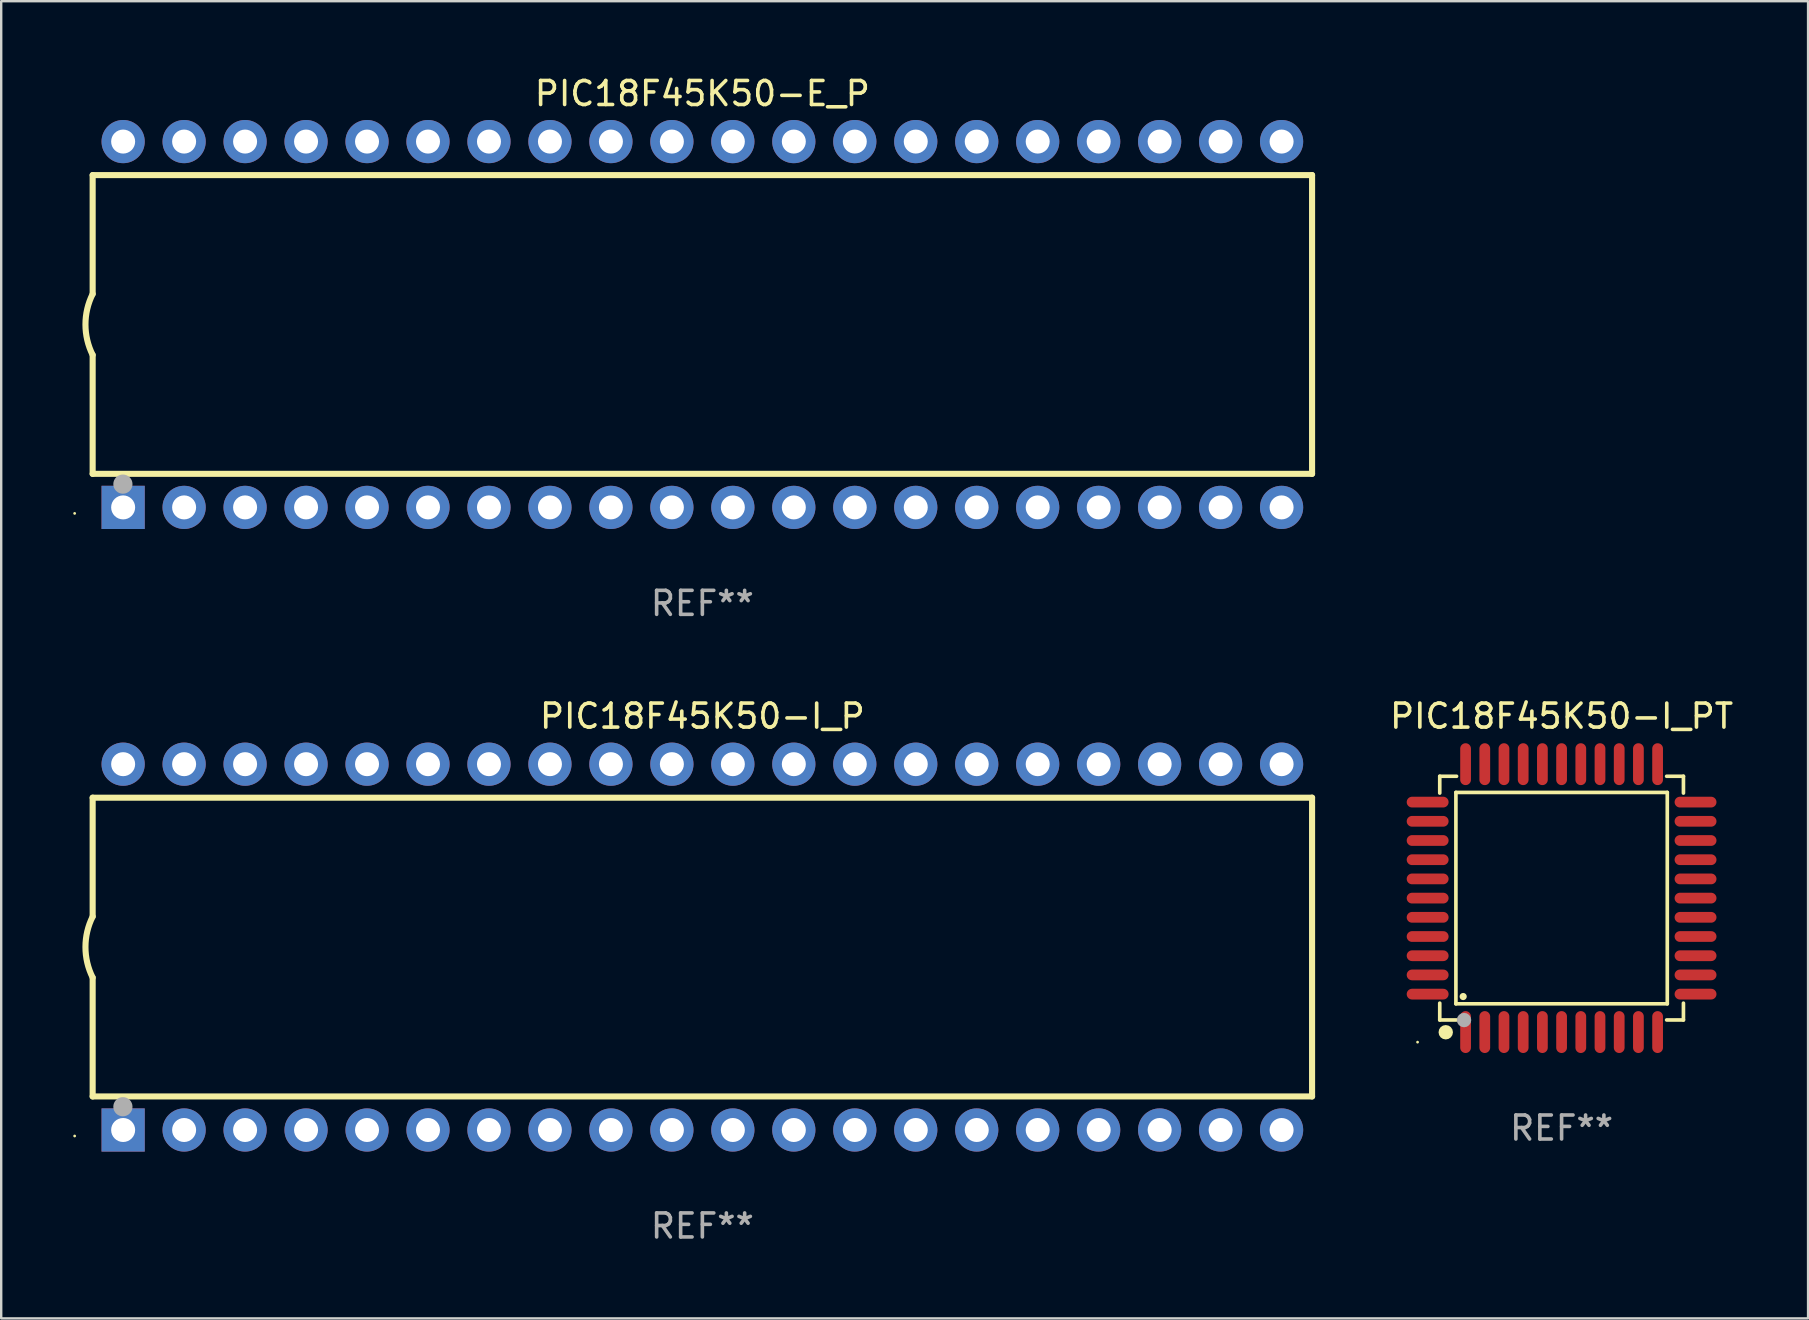
<source format=kicad_pcb>
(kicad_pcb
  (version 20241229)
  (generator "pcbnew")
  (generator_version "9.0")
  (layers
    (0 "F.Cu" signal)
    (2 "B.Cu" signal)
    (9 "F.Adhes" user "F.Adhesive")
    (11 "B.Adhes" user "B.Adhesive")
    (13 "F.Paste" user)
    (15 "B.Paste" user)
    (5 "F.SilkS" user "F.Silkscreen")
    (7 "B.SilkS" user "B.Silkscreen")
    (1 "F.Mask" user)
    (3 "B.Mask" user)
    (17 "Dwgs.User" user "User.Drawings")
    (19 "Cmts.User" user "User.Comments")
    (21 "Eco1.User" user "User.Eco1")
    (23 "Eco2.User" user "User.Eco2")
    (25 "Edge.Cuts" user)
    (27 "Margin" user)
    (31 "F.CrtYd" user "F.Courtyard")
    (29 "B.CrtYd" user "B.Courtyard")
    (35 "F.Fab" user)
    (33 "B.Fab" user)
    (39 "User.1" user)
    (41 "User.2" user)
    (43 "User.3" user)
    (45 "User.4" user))
  (footprint "PIC18F45K50-I_P"
    (layer "F.Cu")
    (at 26.21 36.405)
    (property "Reference" "PIC18F45K50-I_P" (at 0 -9.62 0) (layer "F.SilkS") (effects (font (size 1 1) (thickness 0.15))))
    (attr through_hole)
    (fp_line (start -25.4 -6.224) (end -25.4 -1.271) (stroke (width 0.254) (type solid)) (layer "F.SilkS"))
    (fp_line (start -25.4 -6.224) (end 25.4 -6.224) (stroke (width 0.254) (type solid)) (layer "F.SilkS"))
    (fp_line (start -25.4 1.269) (end -25.4 6.222) (stroke (width 0.254) (type solid)) (layer "F.SilkS"))
    (fp_line (start -25.4 6.222) (end 25.4 6.222) (stroke (width 0.254) (type solid)) (layer "F.SilkS"))
    (fp_line (start 25.4 6.222) (end 25.4 -6.224) (stroke (width 0.254) (type solid)) (layer "F.SilkS"))
    (fp_arc (start -25.4 1.269241) (mid -25.699807 -0.000762) (end -25.4 -1.270765) (stroke (width 0.254001) (type solid)) (layer "F.SilkS"))
    (fp_circle (center -26.15 7.87) (end -26.12 7.87) (stroke (width 0.06) (type solid)) (fill no) (layer "F.SilkS"))
    (fp_circle (center -24.14 6.65) (end -23.94 6.65) (stroke (width 0.4) (type solid)) (fill no) (layer "F.Fab"))
    (fp_text user "REF**" (at 0 11.62 0) (layer "F.Fab") (effects (font (size 1 1) (thickness 0.15))))
    (pad "1" thru_hole rect (at -24.13 7.62 90) (size 1.8 1.8) (drill 1) (layers "*.Cu" "*.Mask"))
    (pad "2" thru_hole circle (at -21.59 7.62) (size 1.8 1.8) (drill 1) (layers "*.Cu" "*.Mask"))
    (pad "3" thru_hole circle (at -19.05 7.62) (size 1.8 1.8) (drill 1) (layers "*.Cu" "*.Mask"))
    (pad "4" thru_hole circle (at -16.51 7.62) (size 1.8 1.8) (drill 1) (layers "*.Cu" "*.Mask"))
    (pad "5" thru_hole circle (at -13.97 7.62) (size 1.8 1.8) (drill 1) (layers "*.Cu" "*.Mask"))
    (pad "6" thru_hole circle (at -11.43 7.62) (size 1.8 1.8) (drill 1) (layers "*.Cu" "*.Mask"))
    (pad "7" thru_hole circle (at -8.89 7.62) (size 1.8 1.8) (drill 1) (layers "*.Cu" "*.Mask"))
    (pad "8" thru_hole circle (at -6.35 7.62) (size 1.8 1.8) (drill 1) (layers "*.Cu" "*.Mask"))
    (pad "9" thru_hole circle (at -3.81 7.62) (size 1.8 1.8) (drill 1) (layers "*.Cu" "*.Mask"))
    (pad "10" thru_hole circle (at -1.27 7.62) (size 1.8 1.8) (drill 1) (layers "*.Cu" "*.Mask"))
    (pad "11" thru_hole circle (at 1.27 7.62) (size 1.8 1.8) (drill 1) (layers "*.Cu" "*.Mask"))
    (pad "12" thru_hole circle (at 3.81 7.62) (size 1.8 1.8) (drill 1) (layers "*.Cu" "*.Mask"))
    (pad "13" thru_hole circle (at 6.35 7.62) (size 1.8 1.8) (drill 1) (layers "*.Cu" "*.Mask"))
    (pad "14" thru_hole circle (at 8.89 7.62) (size 1.8 1.8) (drill 1) (layers "*.Cu" "*.Mask"))
    (pad "15" thru_hole circle (at 11.43 7.62) (size 1.8 1.8) (drill 1) (layers "*.Cu" "*.Mask"))
    (pad "16" thru_hole circle (at 13.97 7.62) (size 1.8 1.8) (drill 1) (layers "*.Cu" "*.Mask"))
    (pad "17" thru_hole circle (at 16.51 7.62) (size 1.8 1.8) (drill 1) (layers "*.Cu" "*.Mask"))
    (pad "18" thru_hole circle (at 19.05 7.62) (size 1.8 1.8) (drill 1) (layers "*.Cu" "*.Mask"))
    (pad "19" thru_hole circle (at 21.59 7.62) (size 1.8 1.8) (drill 1) (layers "*.Cu" "*.Mask"))
    (pad "20" thru_hole circle (at 24.13 7.62) (size 1.8 1.8) (drill 1) (layers "*.Cu" "*.Mask"))
    (pad "21" thru_hole circle (at 24.13 -7.62) (size 1.8 1.8) (drill 1) (layers "*.Cu" "*.Mask"))
    (pad "22" thru_hole circle (at 21.59 -7.62) (size 1.8 1.8) (drill 1) (layers "*.Cu" "*.Mask"))
    (pad "23" thru_hole circle (at 19.05 -7.62) (size 1.8 1.8) (drill 1) (layers "*.Cu" "*.Mask"))
    (pad "24" thru_hole circle (at 16.51 -7.62) (size 1.8 1.8) (drill 1) (layers "*.Cu" "*.Mask"))
    (pad "25" thru_hole circle (at 13.97 -7.62) (size 1.8 1.8) (drill 1) (layers "*.Cu" "*.Mask"))
    (pad "26" thru_hole circle (at 11.43 -7.62) (size 1.8 1.8) (drill 1) (layers "*.Cu" "*.Mask"))
    (pad "27" thru_hole circle (at 8.89 -7.62) (size 1.8 1.8) (drill 1) (layers "*.Cu" "*.Mask"))
    (pad "28" thru_hole circle (at 6.35 -7.62) (size 1.8 1.8) (drill 1) (layers "*.Cu" "*.Mask"))
    (pad "29" thru_hole circle (at 3.81 -7.62) (size 1.8 1.8) (drill 1) (layers "*.Cu" "*.Mask"))
    (pad "30" thru_hole circle (at 1.27 -7.62) (size 1.8 1.8) (drill 1) (layers "*.Cu" "*.Mask"))
    (pad "31" thru_hole circle (at -1.27 -7.62) (size 1.8 1.8) (drill 1) (layers "*.Cu" "*.Mask"))
    (pad "32" thru_hole circle (at -3.81 -7.62) (size 1.8 1.8) (drill 1) (layers "*.Cu" "*.Mask"))
    (pad "33" thru_hole circle (at -6.35 -7.62) (size 1.8 1.8) (drill 1) (layers "*.Cu" "*.Mask"))
    (pad "34" thru_hole circle (at -8.89 -7.62) (size 1.8 1.8) (drill 1) (layers "*.Cu" "*.Mask"))
    (pad "35" thru_hole circle (at -11.43 -7.62) (size 1.8 1.8) (drill 1) (layers "*.Cu" "*.Mask"))
    (pad "36" thru_hole circle (at -13.97 -7.62) (size 1.8 1.8) (drill 1) (layers "*.Cu" "*.Mask"))
    (pad "37" thru_hole circle (at -16.51 -7.62) (size 1.8 1.8) (drill 1) (layers "*.Cu" "*.Mask"))
    (pad "38" thru_hole circle (at -19.05 -7.62) (size 1.8 1.8) (drill 1) (layers "*.Cu" "*.Mask"))
    (pad "39" thru_hole circle (at -21.59 -7.62) (size 1.8 1.8) (drill 1) (layers "*.Cu" "*.Mask"))
    (pad "40" thru_hole circle (at -24.13 -7.62) (size 1.8 1.8) (drill 1) (layers "*.Cu" "*.Mask")))
  (footprint "PIC18F45K50-I_PT"
    (layer "F.Cu")
    (at 62.005 34.365)
    (property "Reference" "PIC18F45K50-I_PT" (at 0 -7.58 0) (layer "F.SilkS") (effects (font (size 1 1) (thickness 0.15))))
    (attr through_hole)
    (fp_line (start -5.076 -5.076) (end -5.076 -4.376) (stroke (width 0.152) (type solid)) (layer "F.SilkS"))
    (fp_line (start -5.076 5.076) (end -5.076 4.376) (stroke (width 0.152) (type solid)) (layer "F.SilkS"))
    (fp_line (start -4.403 -4.403) (end 4.403 -4.403) (stroke (width 0.152) (type solid)) (layer "F.SilkS"))
    (fp_line (start -4.403 4.403) (end -4.403 -4.403) (stroke (width 0.152) (type solid)) (layer "F.SilkS"))
    (fp_line (start -4.376 -5.076) (end -5.076 -5.076) (stroke (width 0.152) (type solid)) (layer "F.SilkS"))
    (fp_line (start -4.376 5.076) (end -5.076 5.076) (stroke (width 0.152) (type solid)) (layer "F.SilkS"))
    (fp_line (start 4.376 -5.076) (end 5.076 -5.076) (stroke (width 0.152) (type solid)) (layer "F.SilkS"))
    (fp_line (start 4.376 5.076) (end 5.076 5.076) (stroke (width 0.152) (type solid)) (layer "F.SilkS"))
    (fp_line (start 4.403 -4.403) (end 4.403 4.403) (stroke (width 0.152) (type solid)) (layer "F.SilkS"))
    (fp_line (start 4.403 4.403) (end -4.403 4.403) (stroke (width 0.152) (type solid)) (layer "F.SilkS"))
    (fp_line (start 5.076 -5.076) (end 5.076 -4.376) (stroke (width 0.152) (type solid)) (layer "F.SilkS"))
    (fp_line (start 5.076 5.076) (end 5.076 4.376) (stroke (width 0.152) (type solid)) (layer "F.SilkS"))
    (fp_circle (center -6 6) (end -5.97 6) (stroke (width 0.06) (type solid)) (fill no) (layer "F.SilkS"))
    (fp_circle (center -4.826 5.588) (end -4.676 5.588) (stroke (width 0.3) (type solid)) (fill no) (layer "F.SilkS"))
    (fp_circle (center -4.1 4.1) (end -4.025 4.1) (stroke (width 0.15) (type solid)) (fill no) (layer "F.SilkS"))
    (fp_circle (center -4.064 5.08) (end -3.914 5.08) (stroke (width 0.3) (type solid)) (fill no) (layer "F.Fab"))
    (fp_text user "REF**" (at 0 9.58 0) (layer "F.Fab") (effects (font (size 1 1) (thickness 0.15))))
    (pad "1" smd oval (at -4 5.58) (size 0.448 1.745) (layers "F.Cu" "F.Mask" "F.Paste"))
    (pad "2" smd oval (at -3.2 5.58) (size 0.448 1.745) (layers "F.Cu" "F.Mask" "F.Paste"))
    (pad "3" smd oval (at -2.4 5.58) (size 0.448 1.745) (layers "F.Cu" "F.Mask" "F.Paste"))
    (pad "4" smd oval (at -1.6 5.58) (size 0.448 1.745) (layers "F.Cu" "F.Mask" "F.Paste"))
    (pad "5" smd oval (at -0.8 5.58) (size 0.448 1.745) (layers "F.Cu" "F.Mask" "F.Paste"))
    (pad "6" smd oval (at 0 5.58) (size 0.448 1.745) (layers "F.Cu" "F.Mask" "F.Paste"))
    (pad "7" smd oval (at 0.8 5.58) (size 0.448 1.745) (layers "F.Cu" "F.Mask" "F.Paste"))
    (pad "8" smd oval (at 1.6 5.58) (size 0.448 1.745) (layers "F.Cu" "F.Mask" "F.Paste"))
    (pad "9" smd oval (at 2.4 5.58) (size 0.448 1.745) (layers "F.Cu" "F.Mask" "F.Paste"))
    (pad "10" smd oval (at 3.2 5.58) (size 0.448 1.745) (layers "F.Cu" "F.Mask" "F.Paste"))
    (pad "11" smd oval (at 4 5.58) (size 0.448 1.745) (layers "F.Cu" "F.Mask" "F.Paste"))
    (pad "12" smd oval (at 5.58 4) (size 1.745 0.448) (layers "F.Cu" "F.Mask" "F.Paste"))
    (pad "13" smd oval (at 5.58 3.2) (size 1.745 0.448) (layers "F.Cu" "F.Mask" "F.Paste"))
    (pad "14" smd oval (at 5.58 2.4) (size 1.745 0.448) (layers "F.Cu" "F.Mask" "F.Paste"))
    (pad "15" smd oval (at 5.58 1.6) (size 1.745 0.448) (layers "F.Cu" "F.Mask" "F.Paste"))
    (pad "16" smd oval (at 5.58 0.8) (size 1.745 0.448) (layers "F.Cu" "F.Mask" "F.Paste"))
    (pad "17" smd oval (at 5.58 0) (size 1.745 0.448) (layers "F.Cu" "F.Mask" "F.Paste"))
    (pad "18" smd oval (at 5.58 -0.8) (size 1.745 0.448) (layers "F.Cu" "F.Mask" "F.Paste"))
    (pad "19" smd oval (at 5.58 -1.6) (size 1.745 0.448) (layers "F.Cu" "F.Mask" "F.Paste"))
    (pad "20" smd oval (at 5.58 -2.4) (size 1.745 0.448) (layers "F.Cu" "F.Mask" "F.Paste"))
    (pad "21" smd oval (at 5.58 -3.2) (size 1.745 0.448) (layers "F.Cu" "F.Mask" "F.Paste"))
    (pad "22" smd oval (at 5.58 -4) (size 1.745 0.448) (layers "F.Cu" "F.Mask" "F.Paste"))
    (pad "23" smd oval (at 4 -5.58) (size 0.448 1.745) (layers "F.Cu" "F.Mask" "F.Paste"))
    (pad "24" smd oval (at 3.2 -5.58) (size 0.448 1.745) (layers "F.Cu" "F.Mask" "F.Paste"))
    (pad "25" smd oval (at 2.4 -5.58) (size 0.448 1.745) (layers "F.Cu" "F.Mask" "F.Paste"))
    (pad "26" smd oval (at 1.6 -5.58) (size 0.448 1.745) (layers "F.Cu" "F.Mask" "F.Paste"))
    (pad "27" smd oval (at 0.8 -5.58) (size 0.448 1.745) (layers "F.Cu" "F.Mask" "F.Paste"))
    (pad "28" smd oval (at 0 -5.58) (size 0.448 1.745) (layers "F.Cu" "F.Mask" "F.Paste"))
    (pad "29" smd oval (at -0.8 -5.58) (size 0.448 1.745) (layers "F.Cu" "F.Mask" "F.Paste"))
    (pad "30" smd oval (at -1.6 -5.58) (size 0.448 1.745) (layers "F.Cu" "F.Mask" "F.Paste"))
    (pad "31" smd oval (at -2.4 -5.58) (size 0.448 1.745) (layers "F.Cu" "F.Mask" "F.Paste"))
    (pad "32" smd oval (at -3.2 -5.58) (size 0.448 1.745) (layers "F.Cu" "F.Mask" "F.Paste"))
    (pad "33" smd oval (at -4 -5.58) (size 0.448 1.745) (layers "F.Cu" "F.Mask" "F.Paste"))
    (pad "34" smd oval (at -5.58 -4) (size 1.745 0.448) (layers "F.Cu" "F.Mask" "F.Paste"))
    (pad "35" smd oval (at -5.58 -3.2) (size 1.745 0.448) (layers "F.Cu" "F.Mask" "F.Paste"))
    (pad "36" smd oval (at -5.58 -2.4) (size 1.745 0.448) (layers "F.Cu" "F.Mask" "F.Paste"))
    (pad "37" smd oval (at -5.58 -1.6) (size 1.745 0.448) (layers "F.Cu" "F.Mask" "F.Paste"))
    (pad "38" smd oval (at -5.58 -0.8) (size 1.745 0.448) (layers "F.Cu" "F.Mask" "F.Paste"))
    (pad "39" smd oval (at -5.58 0) (size 1.745 0.448) (layers "F.Cu" "F.Mask" "F.Paste"))
    (pad "40" smd oval (at -5.58 0.8) (size 1.745 0.448) (layers "F.Cu" "F.Mask" "F.Paste"))
    (pad "41" smd oval (at -5.58 1.6) (size 1.745 0.448) (layers "F.Cu" "F.Mask" "F.Paste"))
    (pad "42" smd oval (at -5.58 2.4) (size 1.745 0.448) (layers "F.Cu" "F.Mask" "F.Paste"))
    (pad "43" smd oval (at -5.58 3.2) (size 1.745 0.448) (layers "F.Cu" "F.Mask" "F.Paste"))
    (pad "44" smd oval (at -5.58 4) (size 1.745 0.448) (layers "F.Cu" "F.Mask" "F.Paste")))
  (footprint "PIC18F45K50-E_P"
    (layer "F.Cu")
    (at 26.21 10.468)
    (property "Reference" "PIC18F45K50-E_P" (at 0 -9.62 0) (layer "F.SilkS") (effects (font (size 1 1) (thickness 0.15))))
    (attr through_hole)
    (fp_line (start -25.4 -6.224) (end -25.4 -1.271) (stroke (width 0.254) (type solid)) (layer "F.SilkS"))
    (fp_line (start -25.4 -6.224) (end 25.4 -6.224) (stroke (width 0.254) (type solid)) (layer "F.SilkS"))
    (fp_line (start -25.4 1.269) (end -25.4 6.222) (stroke (width 0.254) (type solid)) (layer "F.SilkS"))
    (fp_line (start -25.4 6.222) (end 25.4 6.222) (stroke (width 0.254) (type solid)) (layer "F.SilkS"))
    (fp_line (start 25.4 6.222) (end 25.4 -6.224) (stroke (width 0.254) (type solid)) (layer "F.SilkS"))
    (fp_arc (start -25.4 1.269241) (mid -25.699807 -0.000762) (end -25.4 -1.270765) (stroke (width 0.254001) (type solid)) (layer "F.SilkS"))
    (fp_circle (center -26.15 7.87) (end -26.12 7.87) (stroke (width 0.06) (type solid)) (fill no) (layer "F.SilkS"))
    (fp_circle (center -24.14 6.65) (end -23.94 6.65) (stroke (width 0.4) (type solid)) (fill no) (layer "F.Fab"))
    (fp_text user "REF**" (at 0 11.62 0) (layer "F.Fab") (effects (font (size 1 1) (thickness 0.15))))
    (pad "1" thru_hole rect (at -24.13 7.62 90) (size 1.8 1.8) (drill 1) (layers "*.Cu" "*.Mask"))
    (pad "2" thru_hole circle (at -21.59 7.62) (size 1.8 1.8) (drill 1) (layers "*.Cu" "*.Mask"))
    (pad "3" thru_hole circle (at -19.05 7.62) (size 1.8 1.8) (drill 1) (layers "*.Cu" "*.Mask"))
    (pad "4" thru_hole circle (at -16.51 7.62) (size 1.8 1.8) (drill 1) (layers "*.Cu" "*.Mask"))
    (pad "5" thru_hole circle (at -13.97 7.62) (size 1.8 1.8) (drill 1) (layers "*.Cu" "*.Mask"))
    (pad "6" thru_hole circle (at -11.43 7.62) (size 1.8 1.8) (drill 1) (layers "*.Cu" "*.Mask"))
    (pad "7" thru_hole circle (at -8.89 7.62) (size 1.8 1.8) (drill 1) (layers "*.Cu" "*.Mask"))
    (pad "8" thru_hole circle (at -6.35 7.62) (size 1.8 1.8) (drill 1) (layers "*.Cu" "*.Mask"))
    (pad "9" thru_hole circle (at -3.81 7.62) (size 1.8 1.8) (drill 1) (layers "*.Cu" "*.Mask"))
    (pad "10" thru_hole circle (at -1.27 7.62) (size 1.8 1.8) (drill 1) (layers "*.Cu" "*.Mask"))
    (pad "11" thru_hole circle (at 1.27 7.62) (size 1.8 1.8) (drill 1) (layers "*.Cu" "*.Mask"))
    (pad "12" thru_hole circle (at 3.81 7.62) (size 1.8 1.8) (drill 1) (layers "*.Cu" "*.Mask"))
    (pad "13" thru_hole circle (at 6.35 7.62) (size 1.8 1.8) (drill 1) (layers "*.Cu" "*.Mask"))
    (pad "14" thru_hole circle (at 8.89 7.62) (size 1.8 1.8) (drill 1) (layers "*.Cu" "*.Mask"))
    (pad "15" thru_hole circle (at 11.43 7.62) (size 1.8 1.8) (drill 1) (layers "*.Cu" "*.Mask"))
    (pad "16" thru_hole circle (at 13.97 7.62) (size 1.8 1.8) (drill 1) (layers "*.Cu" "*.Mask"))
    (pad "17" thru_hole circle (at 16.51 7.62) (size 1.8 1.8) (drill 1) (layers "*.Cu" "*.Mask"))
    (pad "18" thru_hole circle (at 19.05 7.62) (size 1.8 1.8) (drill 1) (layers "*.Cu" "*.Mask"))
    (pad "19" thru_hole circle (at 21.59 7.62) (size 1.8 1.8) (drill 1) (layers "*.Cu" "*.Mask"))
    (pad "20" thru_hole circle (at 24.13 7.62) (size 1.8 1.8) (drill 1) (layers "*.Cu" "*.Mask"))
    (pad "21" thru_hole circle (at 24.13 -7.62) (size 1.8 1.8) (drill 1) (layers "*.Cu" "*.Mask"))
    (pad "22" thru_hole circle (at 21.59 -7.62) (size 1.8 1.8) (drill 1) (layers "*.Cu" "*.Mask"))
    (pad "23" thru_hole circle (at 19.05 -7.62) (size 1.8 1.8) (drill 1) (layers "*.Cu" "*.Mask"))
    (pad "24" thru_hole circle (at 16.51 -7.62) (size 1.8 1.8) (drill 1) (layers "*.Cu" "*.Mask"))
    (pad "25" thru_hole circle (at 13.97 -7.62) (size 1.8 1.8) (drill 1) (layers "*.Cu" "*.Mask"))
    (pad "26" thru_hole circle (at 11.43 -7.62) (size 1.8 1.8) (drill 1) (layers "*.Cu" "*.Mask"))
    (pad "27" thru_hole circle (at 8.89 -7.62) (size 1.8 1.8) (drill 1) (layers "*.Cu" "*.Mask"))
    (pad "28" thru_hole circle (at 6.35 -7.62) (size 1.8 1.8) (drill 1) (layers "*.Cu" "*.Mask"))
    (pad "29" thru_hole circle (at 3.81 -7.62) (size 1.8 1.8) (drill 1) (layers "*.Cu" "*.Mask"))
    (pad "30" thru_hole circle (at 1.27 -7.62) (size 1.8 1.8) (drill 1) (layers "*.Cu" "*.Mask"))
    (pad "31" thru_hole circle (at -1.27 -7.62) (size 1.8 1.8) (drill 1) (layers "*.Cu" "*.Mask"))
    (pad "32" thru_hole circle (at -3.81 -7.62) (size 1.8 1.8) (drill 1) (layers "*.Cu" "*.Mask"))
    (pad "33" thru_hole circle (at -6.35 -7.62) (size 1.8 1.8) (drill 1) (layers "*.Cu" "*.Mask"))
    (pad "34" thru_hole circle (at -8.89 -7.62) (size 1.8 1.8) (drill 1) (layers "*.Cu" "*.Mask"))
    (pad "35" thru_hole circle (at -11.43 -7.62) (size 1.8 1.8) (drill 1) (layers "*.Cu" "*.Mask"))
    (pad "36" thru_hole circle (at -13.97 -7.62) (size 1.8 1.8) (drill 1) (layers "*.Cu" "*.Mask"))
    (pad "37" thru_hole circle (at -16.51 -7.62) (size 1.8 1.8) (drill 1) (layers "*.Cu" "*.Mask"))
    (pad "38" thru_hole circle (at -19.05 -7.62) (size 1.8 1.8) (drill 1) (layers "*.Cu" "*.Mask"))
    (pad "39" thru_hole circle (at -21.59 -7.62) (size 1.8 1.8) (drill 1) (layers "*.Cu" "*.Mask"))
    (pad "40" thru_hole circle (at -24.13 -7.62) (size 1.8 1.8) (drill 1) (layers "*.Cu" "*.Mask")))
  (gr_rect
    (start -3 -3)
    (end 72.273 51.873)
    (stroke (width 0.1) (type default))
    (fill no)
    (layer "Edge.Cuts")))
</source>
